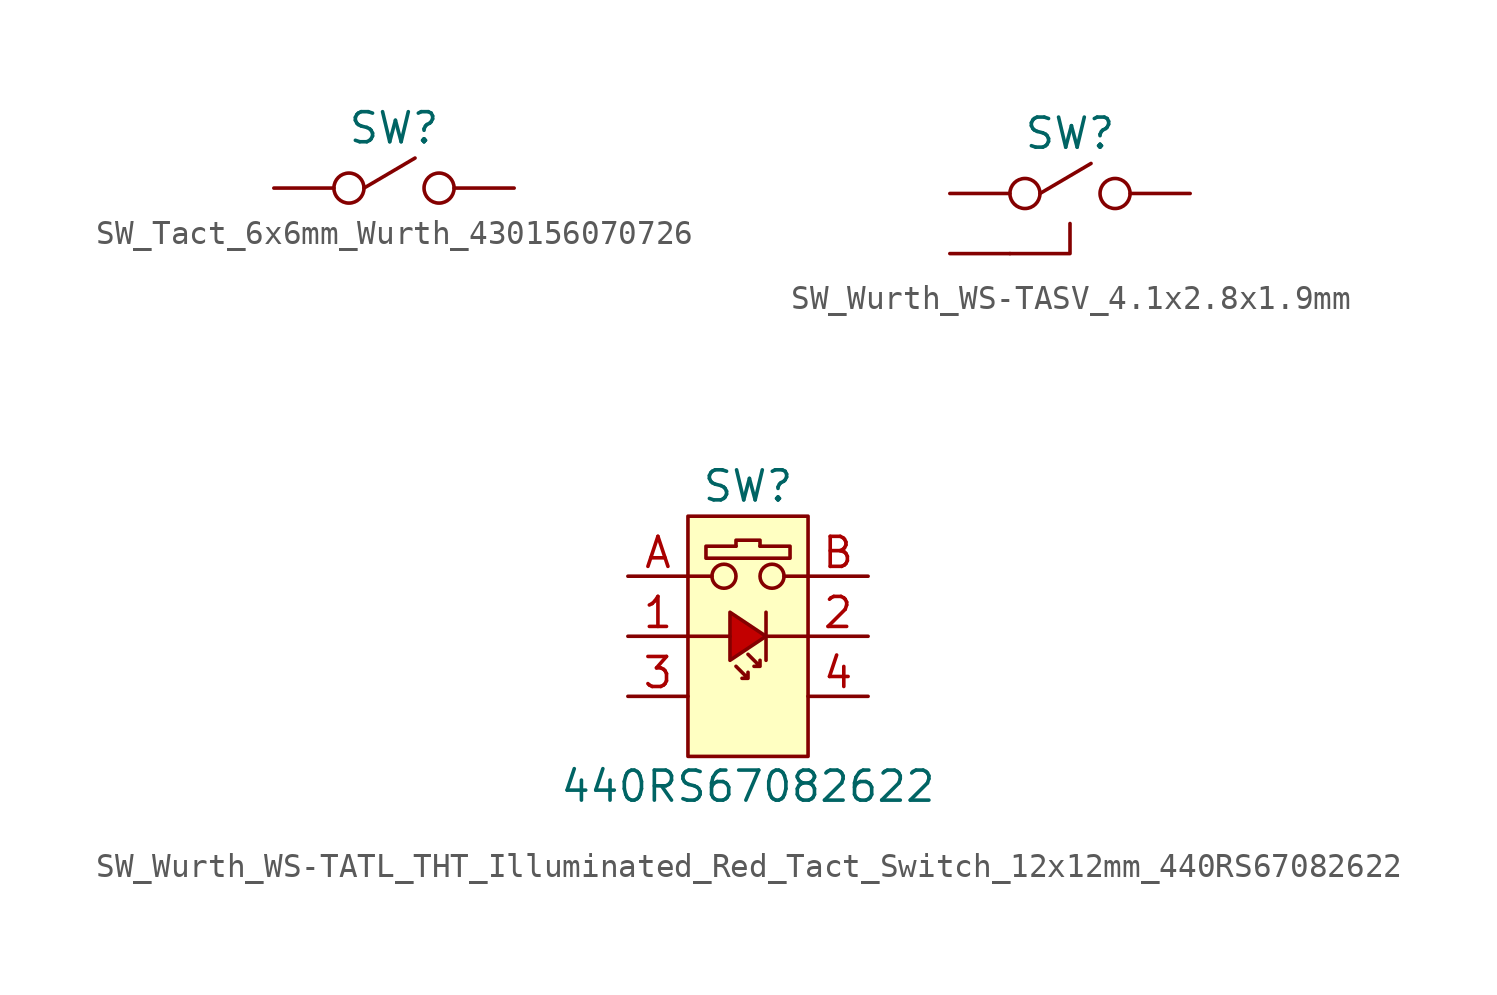
<source format=kicad_sym>
(kicad_symbol_lib
  (version 20220914)
  (generator kicad_symbol_editor)
  (symbol "SW_Tact_6x6mm_Wurth_430156070726"
    (pin_numbers hide)
    (pin_names hide)
    (property "Reference" "SW"
      (at 0 2.54 0)
      (effects (font (size 1.27 1.27))))
    (property "Value" ""
      (at 0 0 0)
      (effects (font (size 1.27 1.27))))
    (symbol "SW_Tact_6x6mm_Wurth_430156070726_0_1"
      (circle (center -1.905 0) (radius 0.635) (stroke (width 0) (type default)) (fill (type none)))
      (polyline (pts (xy -1.27 0) (xy 0.889 1.27)) (stroke (width 0) (type default)) (fill (type none)))
      (circle (center 1.905 0) (radius 0.635) (stroke (width 0) (type default)) (fill (type none))))
    (symbol "SW_Tact_6x6mm_Wurth_430156070726_1_1"
      (pin passive line (at -5.08 0 0) (length 2.54) (name "" (effects (font (size 1.27 1.27)))) (number "1" (effects (font (size 1.27 1.27)))))
      (pin passive line (at 5.08 0 180) (length 2.54) (name "" (effects (font (size 1.27 1.27)))) (number "2" (effects (font (size 1.27 1.27)))))))
  (symbol "SW_Wurth_WS-TASV_4.1x2.8x1.9mm"
    (pin_numbers hide)
    (pin_names hide)
    (property "Reference" "SW"
      (at 0 2.54 0)
      (effects (font (size 1.27 1.27))))
    (property "Value" ""
      (at 0 0 0)
      (effects (font (size 1.27 1.27))))
    (symbol "SW_Wurth_WS-TASV_4.1x2.8x1.9mm_0_1"
      (circle (center -1.905 0) (radius 0.635) (stroke (width 0) (type default)) (fill (type none)))
      (polyline (pts (xy -1.27 0) (xy 0.889 1.27)) (stroke (width 0) (type default)) (fill (type none)))
      (polyline (pts (xy -2.54 -2.54) (xy 0 -2.54) (xy 0 -1.27)) (stroke (width 0) (type default)) (fill (type none)))
      (circle (center 1.905 0) (radius 0.635) (stroke (width 0) (type default)) (fill (type none))))
    (symbol "SW_Wurth_WS-TASV_4.1x2.8x1.9mm_1_1"
      (pin passive line (at -5.08 0 0) (length 2.54) (name "" (effects (font (size 1.27 1.27)))) (number "1" (effects (font (size 1.27 1.27)))))
      (pin passive line (at 5.08 0 180) (length 2.54) (name "" (effects (font (size 1.27 1.27)))) (number "2" (effects (font (size 1.27 1.27)))))
      (pin passive line (at 5.08 0 180) (length 2.54) hide (name "" (effects (font (size 1.27 1.27)))) (number "3" (effects (font (size 1.27 1.27)))))
      (pin passive line (at -5.08 0 0) (length 2.54) hide (name "" (effects (font (size 1.27 1.27)))) (number "4" (effects (font (size 1.27 1.27)))))
      (pin passive line (at -5.08 -2.54 0) (length 2.54) (name "GND" (effects (font (size 1.27 1.27)))) (number "GND" (effects (font (size 1.27 1.27)))))))
  (symbol "SW_Wurth_WS-TATL_THT_Illuminated_Red_Tact_Switch_12x12mm_440RS67082622"
    (pin_names hide)
    (property "Reference" "SW"
      (at 0 6.35 0)
      (effects (font (size 1.27 1.27))))
    (property "Value" "440RS67082622"
      (at 0 -6.35 0)
      (effects (font (size 1.27 1.27))))
    (symbol "SW_Wurth_WS-TATL_THT_Illuminated_Red_Tact_Switch_12x12mm_440RS67082622_0_1"
      (circle (center -1.016 2.54) (radius 0.508) (stroke (width 0) (type default)) (fill (type none)))
      (polyline (pts (xy 0.762 1.016) (xy 0.762 -1.016)) (stroke (width 0) (type solid)) (fill (type none)))
      (polyline (pts (xy -0.508 -1.27) (xy 0 -1.778) (xy -0.254 -1.778) (xy 0 -1.778) (xy 0 -1.524)) (stroke (width 0) (type solid)) (fill (type none)))
      (polyline (pts (xy 0 -0.762) (xy 0.508 -1.27) (xy 0.254 -1.27) (xy 0.508 -1.27) (xy 0.508 -1.016)) (stroke (width 0) (type solid)) (fill (type none)))
      (circle (center 1.016 2.54) (radius 0.508) (stroke (width 0) (type default)) (fill (type none))))
    (symbol "SW_Wurth_WS-TATL_THT_Illuminated_Red_Tact_Switch_12x12mm_440RS67082622_1_1"
      (rectangle (start -2.54 5.08) (end 2.54 -5.08) (stroke (width 0) (type default)) (fill (type background)))
      (polyline (pts (xy -2.54 0) (xy -0.762 0)) (stroke (width 0) (type default)) (fill (type none)))
      (polyline (pts (xy -1.524 2.54) (xy -2.54 2.54)) (stroke (width 0) (type default)) (fill (type none)))
      (polyline (pts (xy 1.524 2.54) (xy 2.54 2.54)) (stroke (width 0) (type default)) (fill (type none)))
      (polyline (pts (xy 2.54 0) (xy 0.762 0)) (stroke (width 0) (type default)) (fill (type none)))
      (polyline (pts (xy -0.762 1.016) (xy 0.762 0) (xy -0.762 -1.016) (xy -0.762 1.016)) (stroke (width 0) (type solid)) (fill (type color) (color 194 0 0 1)))
      (polyline (pts (xy 0.508 3.81) (xy 0.508 4.064) (xy -0.508 4.064) (xy -0.508 3.81)) (stroke (width 0) (type default)) (fill (type background)))
      (polyline (pts (xy -0.508 3.81) (xy -1.778 3.81) (xy -1.778 3.302) (xy 1.778 3.302) (xy 1.778 3.81) (xy 0.508 3.81)) (stroke (width 0) (type default)) (fill (type background)))
      (pin passive line (at -5.08 0 0) (length 2.54) (name "A" (effects (font (size 1.27 1.27)))) (number "1" (effects (font (size 1.27 1.27)))))
      (pin passive line (at 5.08 0 180) (length 2.54) (name "K" (effects (font (size 1.27 1.27)))) (number "2" (effects (font (size 1.27 1.27)))))
      (pin passive line (at -5.08 -2.54 0) (length 2.54) (name "" (effects (font (size 1.27 1.27)))) (number "3" (effects (font (size 1.27 1.27)))))
      (pin passive line (at 5.08 -2.54 180) (length 2.54) (name "" (effects (font (size 1.27 1.27)))) (number "4" (effects (font (size 1.27 1.27)))))
      (pin passive line (at -5.08 2.54 0) (length 2.54) (name "A" (effects (font (size 1.27 1.27)))) (number "A" (effects (font (size 1.27 1.27)))))
      (pin passive line (at 5.08 2.54 180) (length 2.54) (name "K" (effects (font (size 1.27 1.27)))) (number "B" (effects (font (size 1.27 1.27))))))))
</source>
